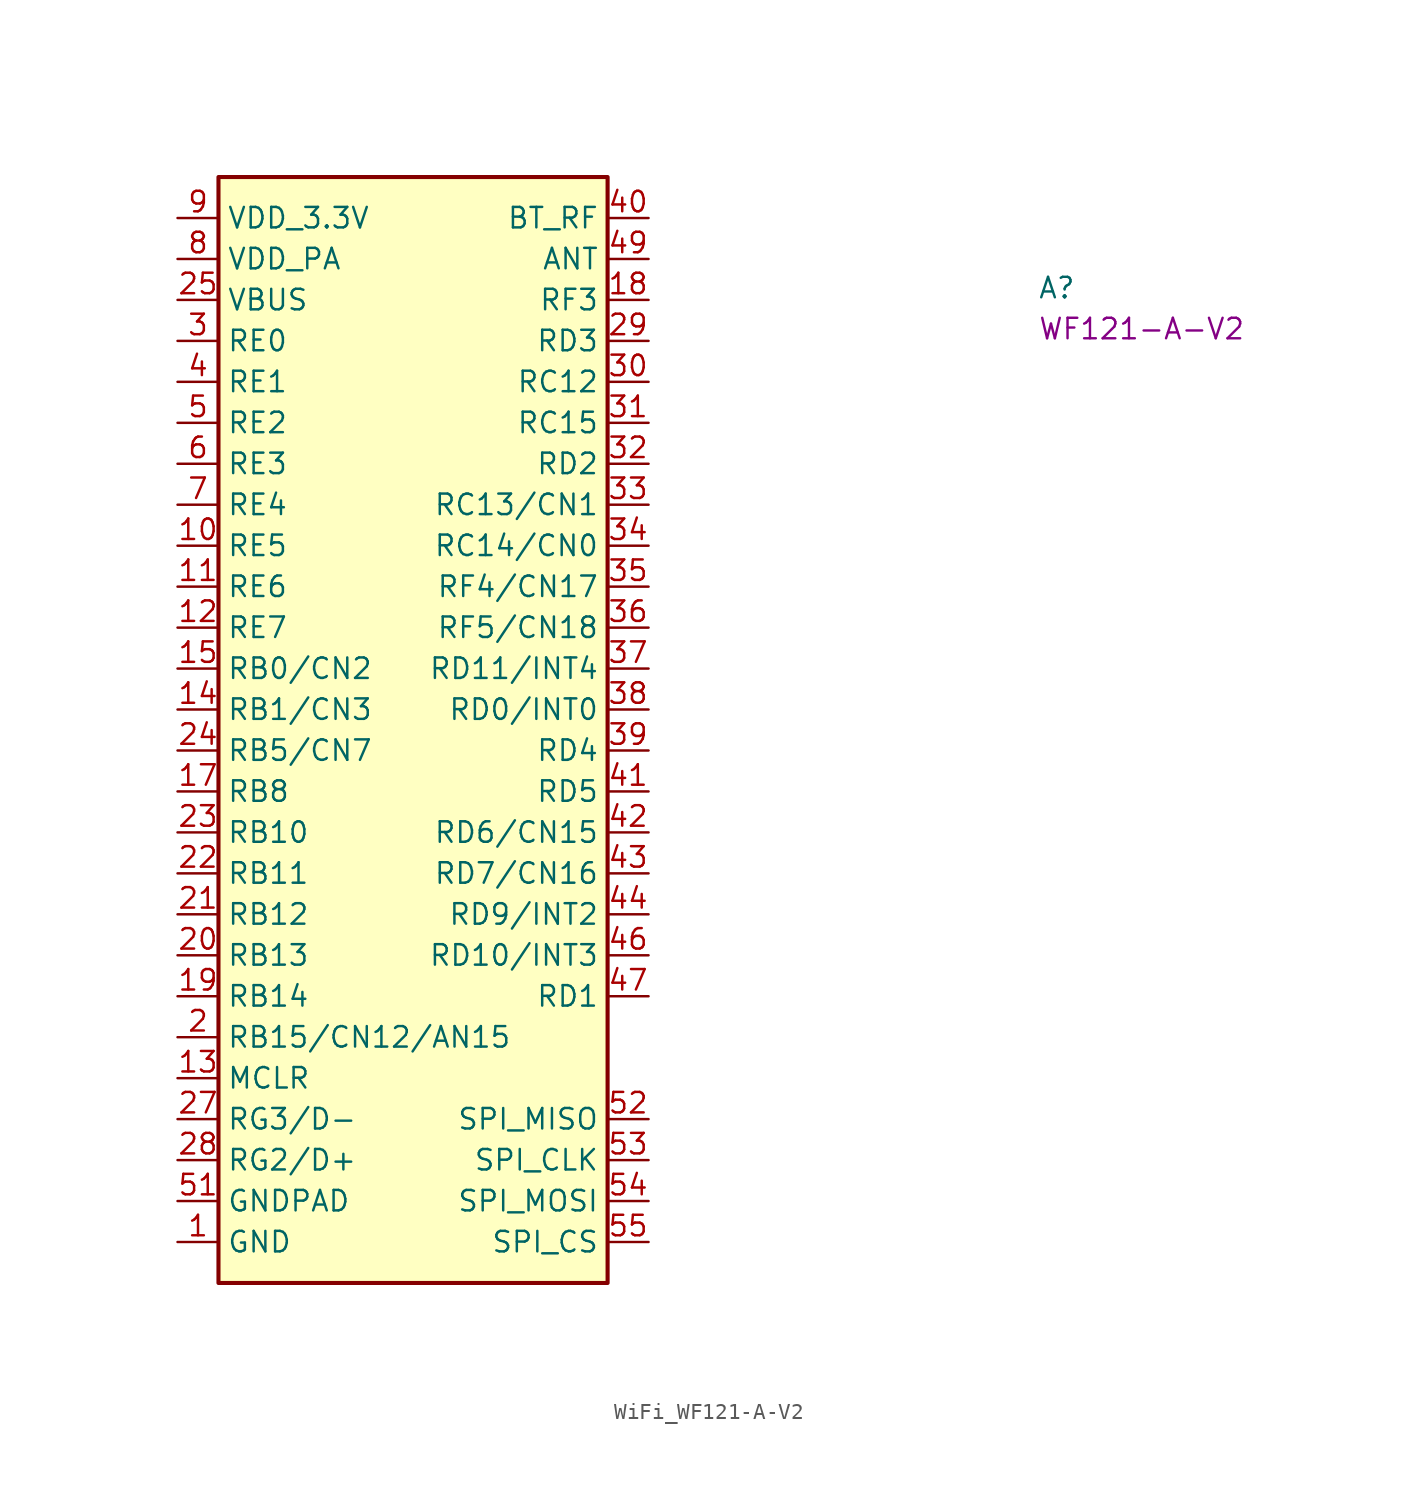
<source format=kicad_sym>
(kicad_symbol_lib
  (version 20220914)
  (generator kicad_symbol_editor)
  (symbol "WiFi_WF121-A-V2"
    (property "Reference" "A"
      (at 53.34 -5.08 0)
      (effects (font (size 1.27 1.27) (thickness 0.15)) (justify left bottom)))
    (property "MPN" "WF121-A-V2"
      (at 53.34 -7.62 0)
      (effects (font (size 1.27 1.27) (thickness 0.15)) (justify left bottom)))
    (symbol "WiFi_WF121-A-V2_1_1"
      (rectangle (start 2.54 2.54) (end 26.67 -66.04) (stroke (width 0.254) (type default)) (fill (type background)))
      (pin power_in line (at 0 -63.5 0) (length 2.54) (name "GND" (effects (font (size 1.27 1.27)))) (number "1" (effects (font (size 1.27 1.27)))))
      (pin bidirectional line (at 0 -20.32 0) (length 2.54) (name "RE5" (effects (font (size 1.27 1.27)))) (number "10" (effects (font (size 1.27 1.27)))))
      (pin bidirectional line (at 0 -22.86 0) (length 2.54) (name "RE6" (effects (font (size 1.27 1.27)))) (number "11" (effects (font (size 1.27 1.27)))))
      (pin bidirectional line (at 0 -25.4 0) (length 2.54) (name "RE7" (effects (font (size 1.27 1.27)))) (number "12" (effects (font (size 1.27 1.27)))))
      (pin input line (at 0 -53.34 0) (length 2.54) (name "MCLR" (effects (font (size 1.27 1.27)))) (number "13" (effects (font (size 1.27 1.27)))))
      (pin bidirectional line (at 0 -30.48 0) (length 2.54) (name "RB1/CN3" (effects (font (size 1.27 1.27)))) (number "14" (effects (font (size 1.27 1.27)))))
      (pin bidirectional line (at 0 -27.94 0) (length 2.54) (name "RB0/CN2" (effects (font (size 1.27 1.27)))) (number "15" (effects (font (size 1.27 1.27)))))
      (pin passive line (at 0 -63.5 0) (length 2.54) hide (name "GND" (effects (font (size 1.27 1.27)))) (number "16" (effects (font (size 1.27 1.27)))))
      (pin bidirectional line (at 0 -35.56 0) (length 2.54) (name "RB8" (effects (font (size 1.27 1.27)))) (number "17" (effects (font (size 1.27 1.27)))))
      (pin bidirectional line (at 29.21 -5.08 180) (length 2.54) (name "RF3" (effects (font (size 1.27 1.27)))) (number "18" (effects (font (size 1.27 1.27)))))
      (pin bidirectional line (at 0 -48.26 0) (length 2.54) (name "RB14" (effects (font (size 1.27 1.27)))) (number "19" (effects (font (size 1.27 1.27)))))
      (pin bidirectional line (at 0 -50.8 0) (length 2.54) (name "RB15/CN12/AN15" (effects (font (size 1.27 1.27)))) (number "2" (effects (font (size 1.27 1.27)))))
      (pin bidirectional line (at 0 -45.72 0) (length 2.54) (name "RB13" (effects (font (size 1.27 1.27)))) (number "20" (effects (font (size 1.27 1.27)))))
      (pin bidirectional line (at 0 -43.18 0) (length 2.54) (name "RB12" (effects (font (size 1.27 1.27)))) (number "21" (effects (font (size 1.27 1.27)))))
      (pin bidirectional line (at 0 -40.64 0) (length 2.54) (name "RB11" (effects (font (size 1.27 1.27)))) (number "22" (effects (font (size 1.27 1.27)))))
      (pin bidirectional line (at 0 -38.1 0) (length 2.54) (name "RB10" (effects (font (size 1.27 1.27)))) (number "23" (effects (font (size 1.27 1.27)))))
      (pin bidirectional line (at 0 -33.02 0) (length 2.54) (name "RB5/CN7" (effects (font (size 1.27 1.27)))) (number "24" (effects (font (size 1.27 1.27)))))
      (pin power_in line (at 0 -5.08 0) (length 2.54) (name "VBUS" (effects (font (size 1.27 1.27)))) (number "25" (effects (font (size 1.27 1.27)))))
      (pin passive line (at 0 -63.5 0) (length 2.54) hide (name "GND" (effects (font (size 1.27 1.27)))) (number "26" (effects (font (size 1.27 1.27)))))
      (pin input line (at 0 -55.88 0) (length 2.54) (name "RG3/D-" (effects (font (size 1.27 1.27)))) (number "27" (effects (font (size 1.27 1.27)))))
      (pin input line (at 0 -58.42 0) (length 2.54) (name "RG2/D+" (effects (font (size 1.27 1.27)))) (number "28" (effects (font (size 1.27 1.27)))))
      (pin bidirectional line (at 29.21 -7.62 180) (length 2.54) (name "RD3" (effects (font (size 1.27 1.27)))) (number "29" (effects (font (size 1.27 1.27)))))
      (pin bidirectional line (at 0 -7.62 0) (length 2.54) (name "RE0" (effects (font (size 1.27 1.27)))) (number "3" (effects (font (size 1.27 1.27)))))
      (pin bidirectional line (at 29.21 -10.16 180) (length 2.54) (name "RC12" (effects (font (size 1.27 1.27)))) (number "30" (effects (font (size 1.27 1.27)))))
      (pin bidirectional line (at 29.21 -12.7 180) (length 2.54) (name "RC15" (effects (font (size 1.27 1.27)))) (number "31" (effects (font (size 1.27 1.27)))))
      (pin bidirectional line (at 29.21 -15.24 180) (length 2.54) (name "RD2" (effects (font (size 1.27 1.27)))) (number "32" (effects (font (size 1.27 1.27)))))
      (pin bidirectional line (at 29.21 -17.78 180) (length 2.54) (name "RC13/CN1" (effects (font (size 1.27 1.27)))) (number "33" (effects (font (size 1.27 1.27)))))
      (pin bidirectional line (at 29.21 -20.32 180) (length 2.54) (name "RC14/CN0" (effects (font (size 1.27 1.27)))) (number "34" (effects (font (size 1.27 1.27)))))
      (pin bidirectional line (at 29.21 -22.86 180) (length 2.54) (name "RF4/CN17" (effects (font (size 1.27 1.27)))) (number "35" (effects (font (size 1.27 1.27)))))
      (pin bidirectional line (at 29.21 -25.4 180) (length 2.54) (name "RF5/CN18" (effects (font (size 1.27 1.27)))) (number "36" (effects (font (size 1.27 1.27)))))
      (pin bidirectional line (at 29.21 -27.94 180) (length 2.54) (name "RD11/INT4" (effects (font (size 1.27 1.27)))) (number "37" (effects (font (size 1.27 1.27)))))
      (pin bidirectional line (at 29.21 -30.48 180) (length 2.54) (name "RD0/INT0" (effects (font (size 1.27 1.27)))) (number "38" (effects (font (size 1.27 1.27)))))
      (pin bidirectional line (at 29.21 -33.02 180) (length 2.54) (name "RD4" (effects (font (size 1.27 1.27)))) (number "39" (effects (font (size 1.27 1.27)))))
      (pin bidirectional line (at 0 -10.16 0) (length 2.54) (name "RE1" (effects (font (size 1.27 1.27)))) (number "4" (effects (font (size 1.27 1.27)))))
      (pin bidirectional line (at 29.21 0 180) (length 2.54) (name "BT_RF" (effects (font (size 1.27 1.27)))) (number "40" (effects (font (size 1.27 1.27)))))
      (pin bidirectional line (at 29.21 -35.56 180) (length 2.54) (name "RD5" (effects (font (size 1.27 1.27)))) (number "41" (effects (font (size 1.27 1.27)))))
      (pin bidirectional line (at 29.21 -38.1 180) (length 2.54) (name "RD6/CN15" (effects (font (size 1.27 1.27)))) (number "42" (effects (font (size 1.27 1.27)))))
      (pin bidirectional line (at 29.21 -40.64 180) (length 2.54) (name "RD7/CN16" (effects (font (size 1.27 1.27)))) (number "43" (effects (font (size 1.27 1.27)))))
      (pin bidirectional line (at 29.21 -43.18 180) (length 2.54) (name "RD9/INT2" (effects (font (size 1.27 1.27)))) (number "44" (effects (font (size 1.27 1.27)))))
      (pin passive line (at 0 -63.5 0) (length 2.54) hide (name "GND" (effects (font (size 1.27 1.27)))) (number "45" (effects (font (size 1.27 1.27)))))
      (pin bidirectional line (at 29.21 -45.72 180) (length 2.54) (name "RD10/INT3" (effects (font (size 1.27 1.27)))) (number "46" (effects (font (size 1.27 1.27)))))
      (pin bidirectional line (at 29.21 -48.26 180) (length 2.54) (name "RD1" (effects (font (size 1.27 1.27)))) (number "47" (effects (font (size 1.27 1.27)))))
      (pin passive line (at 0 -63.5 0) (length 2.54) hide (name "GND" (effects (font (size 1.27 1.27)))) (number "48" (effects (font (size 1.27 1.27)))))
      (pin bidirectional line (at 29.21 -2.54 180) (length 2.54) (name "ANT" (effects (font (size 1.27 1.27)))) (number "49" (effects (font (size 1.27 1.27)))))
      (pin bidirectional line (at 0 -12.7 0) (length 2.54) (name "RE2" (effects (font (size 1.27 1.27)))) (number "5" (effects (font (size 1.27 1.27)))))
      (pin passive line (at 0 -63.5 0) (length 2.54) hide (name "GND" (effects (font (size 1.27 1.27)))) (number "50" (effects (font (size 1.27 1.27)))))
      (pin power_in line (at 0 -60.96 0) (length 2.54) (name "GNDPAD" (effects (font (size 1.27 1.27)))) (number "51" (effects (font (size 1.27 1.27)))))
      (pin unspecified line (at 29.21 -55.88 180) (length 2.54) (name "SPI_MISO" (effects (font (size 1.27 1.27)))) (number "52" (effects (font (size 1.27 1.27)))))
      (pin unspecified line (at 29.21 -58.42 180) (length 2.54) (name "SPI_CLK" (effects (font (size 1.27 1.27)))) (number "53" (effects (font (size 1.27 1.27)))))
      (pin unspecified line (at 29.21 -60.96 180) (length 2.54) (name "SPI_MOSI" (effects (font (size 1.27 1.27)))) (number "54" (effects (font (size 1.27 1.27)))))
      (pin unspecified line (at 29.21 -63.5 180) (length 2.54) (name "SPI_CS" (effects (font (size 1.27 1.27)))) (number "55" (effects (font (size 1.27 1.27)))))
      (pin bidirectional line (at 0 -15.24 0) (length 2.54) (name "RE3" (effects (font (size 1.27 1.27)))) (number "6" (effects (font (size 1.27 1.27)))))
      (pin bidirectional line (at 0 -17.78 0) (length 2.54) (name "RE4" (effects (font (size 1.27 1.27)))) (number "7" (effects (font (size 1.27 1.27)))))
      (pin power_in line (at 0 -2.54 0) (length 2.54) (name "VDD_PA" (effects (font (size 1.27 1.27)))) (number "8" (effects (font (size 1.27 1.27)))))
      (pin power_in line (at 0 0 0) (length 2.54) (name "VDD_3.3V" (effects (font (size 1.27 1.27)))) (number "9" (effects (font (size 1.27 1.27))))))))
</source>
